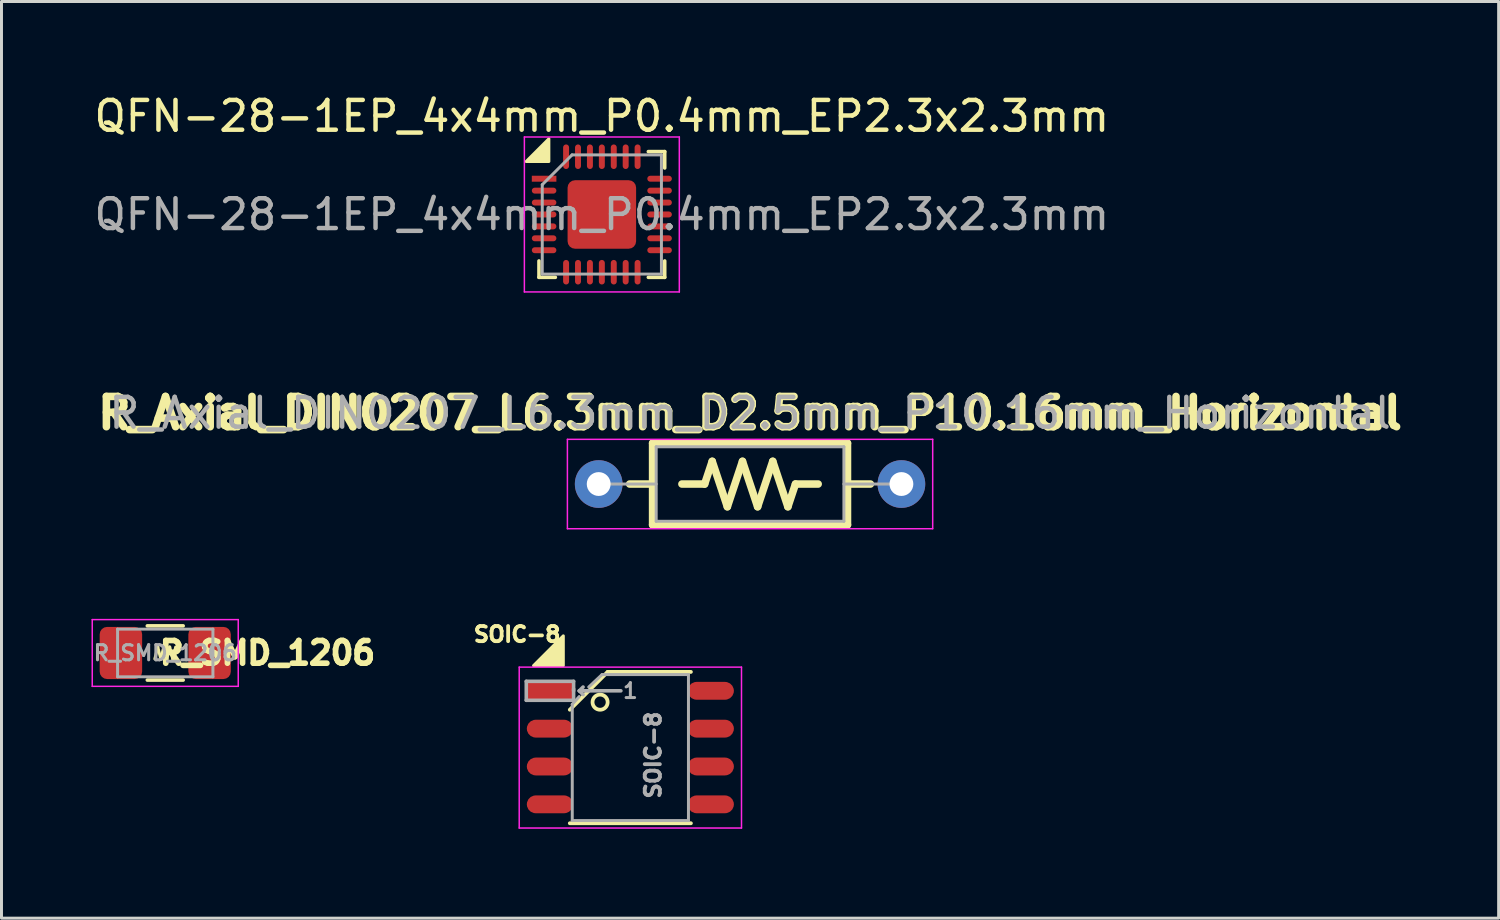
<source format=kicad_pcb>
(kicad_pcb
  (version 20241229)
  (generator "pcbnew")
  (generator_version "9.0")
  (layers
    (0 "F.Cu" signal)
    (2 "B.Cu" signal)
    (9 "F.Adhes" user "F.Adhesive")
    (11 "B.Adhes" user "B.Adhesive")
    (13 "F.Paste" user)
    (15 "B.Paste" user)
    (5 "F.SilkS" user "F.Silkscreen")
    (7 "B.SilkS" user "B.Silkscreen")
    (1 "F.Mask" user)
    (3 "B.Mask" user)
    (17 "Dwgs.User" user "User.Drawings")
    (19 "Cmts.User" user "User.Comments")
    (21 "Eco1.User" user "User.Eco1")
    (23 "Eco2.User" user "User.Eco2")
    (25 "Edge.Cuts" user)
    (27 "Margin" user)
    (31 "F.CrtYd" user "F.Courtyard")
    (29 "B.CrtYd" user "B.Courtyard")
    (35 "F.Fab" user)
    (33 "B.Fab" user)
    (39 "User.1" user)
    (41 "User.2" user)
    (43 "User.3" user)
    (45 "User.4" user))
  (footprint "QFN-28-1EP_4x4mm_P0.4mm_EP2.3x2.3mm"
    (layer "F.Cu")
    (at 17.149 4.148)
    (property "Reference" "QFN-28-1EP_4x4mm_P0.4mm_EP2.3x2.3mm" (at 0 -3.3 0) (layer "F.SilkS") (effects (font (size 1 1) (thickness 0.15))))
    (attr smd)
    (fp_line (start -2.11 2.11) (end -2.11 1.56) (stroke (width 0.12) (type solid)) (layer "F.SilkS"))
    (fp_line (start -1.56 2.11) (end -2.11 2.11) (stroke (width 0.12) (type solid)) (layer "F.SilkS"))
    (fp_line (start 1.56 -2.11) (end 2.11 -2.11) (stroke (width 0.12) (type solid)) (layer "F.SilkS"))
    (fp_line (start 1.56 2.11) (end 2.11 2.11) (stroke (width 0.12) (type solid)) (layer "F.SilkS"))
    (fp_line (start 2.11 -2.11) (end 2.11 -1.56) (stroke (width 0.12) (type solid)) (layer "F.SilkS"))
    (fp_line (start 2.11 2.11) (end 2.11 1.56) (stroke (width 0.12) (type solid)) (layer "F.SilkS"))
    (fp_poly (pts (xy -2.54 -1.778) (xy -1.778 -1.778) (xy -1.778 -2.54)) (stroke (width 0.1) (type solid)) (fill yes) (layer "F.SilkS"))
    (fp_line (start -2.6 -2.6) (end -2.6 2.6) (stroke (width 0.05) (type solid)) (layer "F.CrtYd"))
    (fp_line (start -2.6 2.6) (end 2.6 2.6) (stroke (width 0.05) (type solid)) (layer "F.CrtYd"))
    (fp_line (start 2.6 -2.6) (end -2.6 -2.6) (stroke (width 0.05) (type solid)) (layer "F.CrtYd"))
    (fp_line (start 2.6 2.6) (end 2.6 -2.6) (stroke (width 0.05) (type solid)) (layer "F.CrtYd"))
    (fp_line (start -2 -1) (end -1 -2) (stroke (width 0.1) (type solid)) (layer "F.Fab"))
    (fp_line (start -2 2) (end -2 -1) (stroke (width 0.1) (type solid)) (layer "F.Fab"))
    (fp_line (start -1 -2) (end 2 -2) (stroke (width 0.1) (type solid)) (layer "F.Fab"))
    (fp_line (start 2 -2) (end 2 2) (stroke (width 0.1) (type solid)) (layer "F.Fab"))
    (fp_line (start 2 2) (end -2 2) (stroke (width 0.1) (type solid)) (layer "F.Fab"))
    (fp_text user "${REFERENCE}" (at 0 0 0) (layer "F.Fab") (effects (font (size 1 1) (thickness 0.15))))
    (pad "" smd roundrect (at -0.575 -0.575) (size 0.93 0.93) (layers "F.Paste") (roundrect_rratio 0.25))
    (pad "" smd roundrect (at -0.575 0.575) (size 0.93 0.93) (layers "F.Paste") (roundrect_rratio 0.25))
    (pad "" smd roundrect (at 0.575 -0.575) (size 0.93 0.93) (layers "F.Paste") (roundrect_rratio 0.25))
    (pad "" smd roundrect (at 0.575 0.575) (size 0.93 0.93) (layers "F.Paste") (roundrect_rratio 0.25))
    (pad "1" smd trapezoid (at -1.938 -1.2) (size 0.825 0.2) (layers "F.Cu" "F.Mask" "F.Paste"))
    (pad "2" smd roundrect (at -1.938 -0.8) (size 0.825 0.2) (layers "F.Cu" "F.Mask" "F.Paste") (roundrect_rratio 0.5))
    (pad "3" smd roundrect (at -1.938 -0.4) (size 0.825 0.2) (layers "F.Cu" "F.Mask" "F.Paste") (roundrect_rratio 0.5))
    (pad "4" smd roundrect (at -1.938 0) (size 0.825 0.2) (layers "F.Cu" "F.Mask" "F.Paste") (roundrect_rratio 0.5))
    (pad "5" smd roundrect (at -1.938 0.4) (size 0.825 0.2) (layers "F.Cu" "F.Mask" "F.Paste") (roundrect_rratio 0.5))
    (pad "6" smd roundrect (at -1.938 0.8) (size 0.825 0.2) (layers "F.Cu" "F.Mask" "F.Paste") (roundrect_rratio 0.5))
    (pad "7" smd roundrect (at -1.938 1.2) (size 0.825 0.2) (layers "F.Cu" "F.Mask" "F.Paste") (roundrect_rratio 0.5))
    (pad "8" smd roundrect (at -1.2 1.938) (size 0.2 0.825) (layers "F.Cu" "F.Mask" "F.Paste") (roundrect_rratio 0.5))
    (pad "9" smd roundrect (at -0.8 1.938) (size 0.2 0.825) (layers "F.Cu" "F.Mask" "F.Paste") (roundrect_rratio 0.5))
    (pad "10" smd roundrect (at -0.4 1.938) (size 0.2 0.825) (layers "F.Cu" "F.Mask" "F.Paste") (roundrect_rratio 0.5))
    (pad "11" smd roundrect (at 0 1.938) (size 0.2 0.825) (layers "F.Cu" "F.Mask" "F.Paste") (roundrect_rratio 0.5))
    (pad "12" smd roundrect (at 0.4 1.938) (size 0.2 0.825) (layers "F.Cu" "F.Mask" "F.Paste") (roundrect_rratio 0.5))
    (pad "13" smd roundrect (at 0.8 1.938) (size 0.2 0.825) (layers "F.Cu" "F.Mask" "F.Paste") (roundrect_rratio 0.5))
    (pad "14" smd roundrect (at 1.2 1.938) (size 0.2 0.825) (layers "F.Cu" "F.Mask" "F.Paste") (roundrect_rratio 0.5))
    (pad "15" smd roundrect (at 1.938 1.2) (size 0.825 0.2) (layers "F.Cu" "F.Mask" "F.Paste") (roundrect_rratio 0.5))
    (pad "16" smd roundrect (at 1.938 0.8) (size 0.825 0.2) (layers "F.Cu" "F.Mask" "F.Paste") (roundrect_rratio 0.5))
    (pad "17" smd roundrect (at 1.938 0.4) (size 0.825 0.2) (layers "F.Cu" "F.Mask" "F.Paste") (roundrect_rratio 0.5))
    (pad "18" smd roundrect (at 1.938 0) (size 0.825 0.2) (layers "F.Cu" "F.Mask" "F.Paste") (roundrect_rratio 0.5))
    (pad "19" smd roundrect (at 1.938 -0.4) (size 0.825 0.2) (layers "F.Cu" "F.Mask" "F.Paste") (roundrect_rratio 0.5))
    (pad "20" smd roundrect (at 1.938 -0.8) (size 0.825 0.2) (layers "F.Cu" "F.Mask" "F.Paste") (roundrect_rratio 0.5))
    (pad "21" smd roundrect (at 1.938 -1.2) (size 0.825 0.2) (layers "F.Cu" "F.Mask" "F.Paste") (roundrect_rratio 0.5))
    (pad "22" smd roundrect (at 1.2 -1.938) (size 0.2 0.825) (layers "F.Cu" "F.Mask" "F.Paste") (roundrect_rratio 0.5))
    (pad "23" smd roundrect (at 0.8 -1.938) (size 0.2 0.825) (layers "F.Cu" "F.Mask" "F.Paste") (roundrect_rratio 0.5))
    (pad "24" smd roundrect (at 0.4 -1.938) (size 0.2 0.825) (layers "F.Cu" "F.Mask" "F.Paste") (roundrect_rratio 0.5))
    (pad "25" smd roundrect (at 0 -1.938) (size 0.2 0.825) (layers "F.Cu" "F.Mask" "F.Paste") (roundrect_rratio 0.5))
    (pad "26" smd roundrect (at -0.4 -1.938) (size 0.2 0.825) (layers "F.Cu" "F.Mask" "F.Paste") (roundrect_rratio 0.5))
    (pad "27" smd roundrect (at -0.8 -1.938) (size 0.2 0.825) (layers "F.Cu" "F.Mask" "F.Paste") (roundrect_rratio 0.5))
    (pad "28" smd roundrect (at -1.2 -1.938) (size 0.2 0.825) (layers "F.Cu" "F.Mask" "F.Paste") (roundrect_rratio 0.5))
    (pad "29" smd roundrect (at 0 0) (size 2.3 2.3) (layers "F.Cu" "F.Mask") (roundrect_rratio 0.109)))
  (footprint "R_SMD_1206"
    (layer "F.Cu")
    (at 2.496 18.865)
    (property "Reference" "R_SMD_1206" (at 3.429 0 0) (layer "F.SilkS") (effects (font (size 0.762 0.762) (thickness 0.191))))
    (attr smd)
    (fp_line (start -0.602 -0.91) (end 0.602 -0.91) (stroke (width 0.12) (type solid)) (layer "F.SilkS"))
    (fp_line (start -0.602 0.91) (end 0.602 0.91) (stroke (width 0.12) (type solid)) (layer "F.SilkS"))
    (fp_line (start -0.35 0.2) (end -0.25 -0.2) (stroke (width 0.1) (type solid)) (layer "F.SilkS"))
    (fp_line (start -0.25 -0.2) (end -0.15 0.2) (stroke (width 0.1) (type solid)) (layer "F.SilkS"))
    (fp_line (start -0.15 0.2) (end -0.05 -0.2) (stroke (width 0.1) (type solid)) (layer "F.SilkS"))
    (fp_line (start -0.05 -0.2) (end 0.05 0.2) (stroke (width 0.1) (type solid)) (layer "F.SilkS"))
    (fp_line (start 0.05 0.2) (end 0.15 -0.2) (stroke (width 0.1) (type solid)) (layer "F.SilkS"))
    (fp_line (start 0.15 -0.2) (end 0.25 0.2) (stroke (width 0.1) (type solid)) (layer "F.SilkS"))
    (fp_line (start 0.25 0.2) (end 0.35 -0.2) (stroke (width 0.1) (type solid)) (layer "F.SilkS"))
    (fp_line (start -2.45 -1.12) (end 2.45 -1.12) (stroke (width 0.05) (type solid)) (layer "F.CrtYd"))
    (fp_line (start -2.45 1.12) (end -2.45 -1.12) (stroke (width 0.05) (type solid)) (layer "F.CrtYd"))
    (fp_line (start 2.45 -1.12) (end 2.45 1.12) (stroke (width 0.05) (type solid)) (layer "F.CrtYd"))
    (fp_line (start 2.45 1.12) (end -2.45 1.12) (stroke (width 0.05) (type solid)) (layer "F.CrtYd"))
    (fp_line (start -1.6 -0.8) (end 1.6 -0.8) (stroke (width 0.1) (type solid)) (layer "F.Fab"))
    (fp_line (start -1.6 0.8) (end -1.6 -0.8) (stroke (width 0.1) (type solid)) (layer "F.Fab"))
    (fp_line (start 1.6 -0.8) (end 1.6 0.8) (stroke (width 0.1) (type solid)) (layer "F.Fab"))
    (fp_line (start 1.6 0.8) (end -1.6 0.8) (stroke (width 0.1) (type solid)) (layer "F.Fab"))
    (fp_text user "${REFERENCE}" (at 0 0 180) (layer "F.Fab") (effects (font (size 0.508 0.508) (thickness 0.102))))
    (pad "1" smd roundrect (at -1.488 0) (size 1.425 1.75) (layers "F.Cu" "F.Mask" "F.Paste") (roundrect_rratio 0.175))
    (pad "2" smd roundrect (at 1.488 0) (size 1.425 1.75) (layers "F.Cu" "F.Mask" "F.Paste") (roundrect_rratio 0.175)))
  (footprint "SOIC-8"
    (layer "F.Cu")
    (at 18.106 22.04)
    (property "Reference" "SOIC-8" (at -3.8 -3.8 180) (layer "F.SilkS") (effects (font (size 0.508 0.508) (thickness 0.127))))
    (attr smd)
    (fp_line (start -2.032 -1.27) (end -0.762 -2.54) (stroke (width 0.127) (type solid)) (layer "F.SilkS"))
    (fp_line (start -0.762 -2.54) (end 2.032 -2.54) (stroke (width 0.127) (type solid)) (layer "F.SilkS"))
    (fp_line (start 2.032 2.54) (end -2.032 2.54) (stroke (width 0.127) (type solid)) (layer "F.SilkS"))
    (fp_circle (center -1.016 -1.524) (end -0.762 -1.524) (stroke (width 0.127) (type solid)) (fill no) (layer "F.SilkS"))
    (fp_poly (pts (xy -3.25 -2.75) (xy -2.25 -2.75) (xy -2.25 -3.75)) (stroke (width 0.1) (type solid)) (fill yes) (layer "F.SilkS"))
    (fp_line (start -3.73 -2.7) (end -3.73 2.7) (stroke (width 0.05) (type solid)) (layer "F.CrtYd"))
    (fp_line (start -3.73 -2.7) (end 3.73 -2.7) (stroke (width 0.05) (type solid)) (layer "F.CrtYd"))
    (fp_line (start -3.73 2.7) (end 3.73 2.7) (stroke (width 0.05) (type solid)) (layer "F.CrtYd"))
    (fp_line (start 3.73 -2.7) (end 3.73 2.7) (stroke (width 0.05) (type solid)) (layer "F.CrtYd"))
    (fp_line (start -3.493 -2.223) (end -3.493 -1.587) (stroke (width 0.12) (type solid)) (layer "F.Fab"))
    (fp_line (start -3.493 -1.587) (end -1.905 -1.587) (stroke (width 0.12) (type solid)) (layer "F.Fab"))
    (fp_line (start -1.952 -1.45) (end -1.714 -1.714) (stroke (width 0.1) (type solid)) (layer "F.Fab"))
    (fp_line (start -1.95 2.45) (end -1.95 -1.45) (stroke (width 0.1) (type solid)) (layer "F.Fab"))
    (fp_line (start -1.905 -2.223) (end -3.493 -2.223) (stroke (width 0.12) (type solid)) (layer "F.Fab"))
    (fp_line (start -1.905 -1.905) (end -1.905 -2.223) (stroke (width 0.12) (type solid)) (layer "F.Fab"))
    (fp_line (start -1.905 -1.587) (end -1.905 -1.968) (stroke (width 0.12) (type solid)) (layer "F.Fab"))
    (fp_line (start -1.714 -1.905) (end -1.587 -2.032) (stroke (width 0.12) (type solid)) (layer "F.Fab"))
    (fp_line (start -1.714 -1.905) (end -1.587 -1.778) (stroke (width 0.12) (type solid)) (layer "F.Fab"))
    (fp_line (start -1.397 -2.032) (end -0.95 -2.45) (stroke (width 0.1) (type solid)) (layer "F.Fab"))
    (fp_line (start -0.95 -2.45) (end 1.95 -2.45) (stroke (width 0.1) (type solid)) (layer "F.Fab"))
    (fp_line (start -0.318 -1.905) (end -1.714 -1.905) (stroke (width 0.12) (type solid)) (layer "F.Fab"))
    (fp_line (start 1.95 -2.45) (end 1.95 2.45) (stroke (width 0.1) (type solid)) (layer "F.Fab"))
    (fp_line (start 1.95 2.45) (end -1.95 2.45) (stroke (width 0.1) (type solid)) (layer "F.Fab"))
    (fp_text user "1" (at 0 -1.905 0) (layer "F.Fab") (effects (font (size 0.5 0.5) (thickness 0.1))))
    (fp_text user "${REFERENCE}" (at 0.762 0.254 90) (layer "F.Fab") (effects (font (size 0.508 0.508) (thickness 0.127))))
    (pad "1" smd rect (at -2.7 -1.905) (size 1.55 0.6) (layers "F.Cu" "F.Mask" "F.Paste"))
    (pad "2" smd roundrect (at -2.7 -0.635) (size 1.55 0.6) (layers "F.Cu" "F.Mask" "F.Paste") (roundrect_rratio 0.5))
    (pad "3" smd roundrect (at -2.7 0.635) (size 1.55 0.6) (layers "F.Cu" "F.Mask" "F.Paste") (roundrect_rratio 0.5))
    (pad "4" smd roundrect (at -2.7 1.905) (size 1.55 0.6) (layers "F.Cu" "F.Mask" "F.Paste") (roundrect_rratio 0.5))
    (pad "5" smd roundrect (at 2.7 1.905) (size 1.55 0.6) (layers "F.Cu" "F.Mask" "F.Paste") (roundrect_rratio 0.5))
    (pad "6" smd roundrect (at 2.7 0.635) (size 1.55 0.6) (layers "F.Cu" "F.Mask" "F.Paste") (roundrect_rratio 0.5))
    (pad "7" smd roundrect (at 2.7 -0.635) (size 1.55 0.6) (layers "F.Cu" "F.Mask" "F.Paste") (roundrect_rratio 0.5))
    (pad "8" smd roundrect (at 2.7 -1.905) (size 1.55 0.6) (layers "F.Cu" "F.Mask" "F.Paste") (roundrect_rratio 0.5)))
  (footprint "R_Axial_DIN0207_L6.3mm_D2.5mm_P10.16mm_Horizontal"
    (layer "F.Cu")
    (at 22.123 13.195)
    (property "Reference" "R_Axial_DIN0207_L6.3mm_D2.5mm_P10.16mm_Horizontal" (at 0 -2.381 180) (layer "F.SilkS") (effects (font (size 1.016 1.016) (thickness 0.254))))
    (attr through_hole)
    (fp_line (start -4.04 0) (end -3.27 0) (stroke (width 0.254) (type solid)) (layer "F.SilkS"))
    (fp_line (start -3.27 -1.37) (end -3.27 1.37) (stroke (width 0.254) (type solid)) (layer "F.SilkS"))
    (fp_line (start -3.27 1.37) (end 3.27 1.37) (stroke (width 0.254) (type solid)) (layer "F.SilkS"))
    (fp_line (start -2.286 0) (end -1.524 0) (stroke (width 0.254) (type solid)) (layer "F.SilkS"))
    (fp_line (start -1.524 0) (end -1.27 -0.762) (stroke (width 0.254) (type solid)) (layer "F.SilkS"))
    (fp_line (start -1.27 -0.762) (end -0.762 0.762) (stroke (width 0.254) (type solid)) (layer "F.SilkS"))
    (fp_line (start -0.762 0.762) (end -0.254 -0.762) (stroke (width 0.254) (type solid)) (layer "F.SilkS"))
    (fp_line (start -0.254 -0.762) (end 0.254 0.762) (stroke (width 0.254) (type solid)) (layer "F.SilkS"))
    (fp_line (start 0.254 0.762) (end 0.762 -0.762) (stroke (width 0.254) (type solid)) (layer "F.SilkS"))
    (fp_line (start 0.762 -0.762) (end 1.27 0.762) (stroke (width 0.254) (type solid)) (layer "F.SilkS"))
    (fp_line (start 1.27 0.762) (end 1.524 0) (stroke (width 0.254) (type solid)) (layer "F.SilkS"))
    (fp_line (start 1.524 0) (end 2.286 0) (stroke (width 0.254) (type solid)) (layer "F.SilkS"))
    (fp_line (start 3.27 -1.37) (end -3.27 -1.37) (stroke (width 0.254) (type solid)) (layer "F.SilkS"))
    (fp_line (start 3.27 1.37) (end 3.27 -1.37) (stroke (width 0.254) (type solid)) (layer "F.SilkS"))
    (fp_line (start 4.04 0) (end 3.27 0) (stroke (width 0.254) (type solid)) (layer "F.SilkS"))
    (fp_line (start -6.13 -1.5) (end -6.13 1.5) (stroke (width 0.05) (type solid)) (layer "F.CrtYd"))
    (fp_line (start -6.13 1.5) (end 6.13 1.5) (stroke (width 0.05) (type solid)) (layer "F.CrtYd"))
    (fp_line (start 6.13 -1.5) (end -6.13 -1.5) (stroke (width 0.05) (type solid)) (layer "F.CrtYd"))
    (fp_line (start 6.13 1.5) (end 6.13 -1.5) (stroke (width 0.05) (type solid)) (layer "F.CrtYd"))
    (fp_line (start -5.08 0) (end -3.15 0) (stroke (width 0.1) (type solid)) (layer "F.Fab"))
    (fp_line (start -3.15 -1.25) (end -3.15 1.25) (stroke (width 0.1) (type solid)) (layer "F.Fab"))
    (fp_line (start -3.15 1.25) (end 3.15 1.25) (stroke (width 0.1) (type solid)) (layer "F.Fab"))
    (fp_line (start 3.15 -1.25) (end -3.15 -1.25) (stroke (width 0.1) (type solid)) (layer "F.Fab"))
    (fp_line (start 3.15 1.25) (end 3.15 -1.25) (stroke (width 0.1) (type solid)) (layer "F.Fab"))
    (fp_line (start 5.08 0) (end 3.15 0) (stroke (width 0.1) (type solid)) (layer "F.Fab"))
    (fp_text user "${REFERENCE}" (at 0 -2.381 180) (layer "F.Fab") (effects (font (size 1 1) (thickness 0.15))))
    (pad "1" thru_hole circle (at -5.08 0) (size 1.6 1.6) (drill 0.8) (layers "*.Cu" "*.Mask"))
    (pad "2" thru_hole oval (at 5.08 0) (size 1.6 1.6) (drill 0.8) (layers "*.Cu" "*.Mask")))
  (gr_rect
    (start -3 -3)
    (end 47.247 27.765)
    (stroke (width 0.1) (type default))
    (fill no)
    (layer "Edge.Cuts")))
</source>
